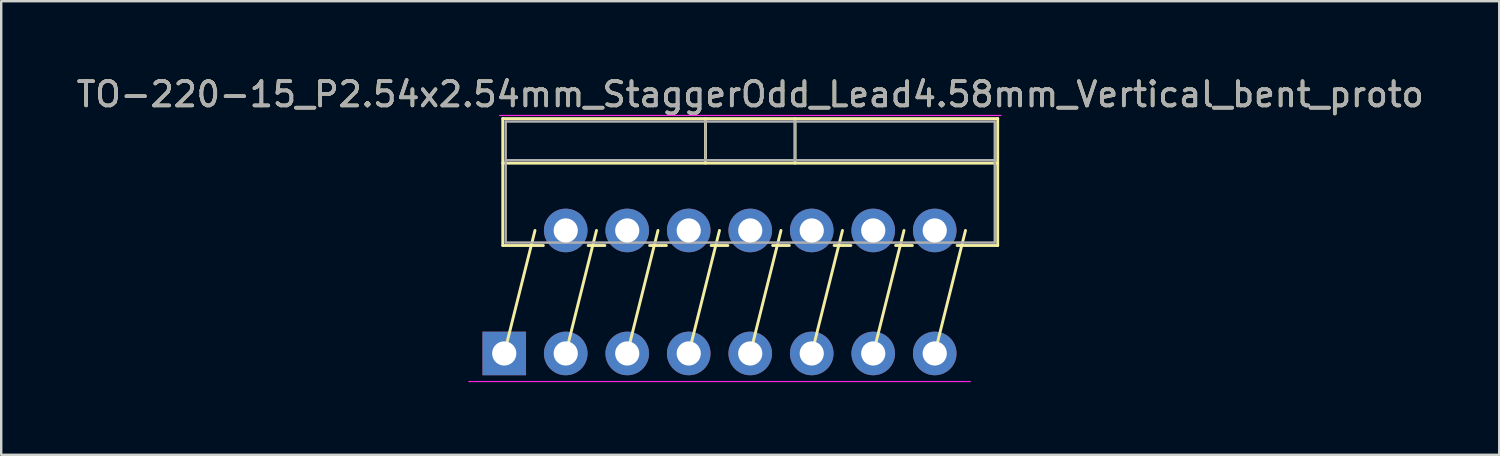
<source format=kicad_pcb>
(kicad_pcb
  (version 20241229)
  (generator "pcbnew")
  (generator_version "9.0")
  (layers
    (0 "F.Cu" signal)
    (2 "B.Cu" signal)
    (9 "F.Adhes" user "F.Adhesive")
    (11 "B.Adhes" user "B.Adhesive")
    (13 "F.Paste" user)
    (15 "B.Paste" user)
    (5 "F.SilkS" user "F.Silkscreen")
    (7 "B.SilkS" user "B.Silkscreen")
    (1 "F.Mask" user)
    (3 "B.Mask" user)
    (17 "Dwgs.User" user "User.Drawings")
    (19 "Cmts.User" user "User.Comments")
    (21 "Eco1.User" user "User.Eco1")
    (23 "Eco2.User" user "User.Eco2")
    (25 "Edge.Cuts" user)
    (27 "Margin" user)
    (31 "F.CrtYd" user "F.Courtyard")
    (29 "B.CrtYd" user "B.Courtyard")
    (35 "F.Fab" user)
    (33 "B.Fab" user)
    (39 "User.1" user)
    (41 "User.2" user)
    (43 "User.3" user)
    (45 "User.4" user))
  (footprint "TO-220-15_P2.54x2.54mm_StaggerOdd_Lead4.58mm_Vertical_bent_proto"
    (layer "F.Cu")
    (at 17.775 11.548)
    (property "Reference" "TO-220-15_P2.54x2.54mm_StaggerOdd_Lead4.58mm_Vertical_bent_proto" (at 10.16 -10.7 0) (layer "F.SilkS") (effects (font (size 1 1) (thickness 0.15))))
    (attr through_hole)
    (fp_line (start -0.06 -9.7) (end -0.06 -4.459) (stroke (width 0.12) (type solid)) (layer "F.SilkS"))
    (fp_line (start -0.06 -9.7) (end 20.38 -9.7) (stroke (width 0.12) (type solid)) (layer "F.SilkS"))
    (fp_line (start -0.06 -7.86) (end 20.38 -7.86) (stroke (width 0.12) (type solid)) (layer "F.SilkS"))
    (fp_line (start -0.06 -4.459) (end 1.616 -4.459) (stroke (width 0.12) (type solid)) (layer "F.SilkS"))
    (fp_line (start 0 0) (end 1.27 -5.08) (stroke (width 0.12) (type solid)) (layer "F.SilkS"))
    (fp_line (start 2.54 0) (end 3.81 -5.08) (stroke (width 0.12) (type solid)) (layer "F.SilkS"))
    (fp_line (start 3.465 -4.459) (end 4.156 -4.459) (stroke (width 0.12) (type solid)) (layer "F.SilkS"))
    (fp_line (start 5.08 0) (end 6.35 -5.08) (stroke (width 0.12) (type solid)) (layer "F.SilkS"))
    (fp_line (start 6.005 -4.459) (end 6.696 -4.459) (stroke (width 0.12) (type solid)) (layer "F.SilkS"))
    (fp_line (start 7.62 0) (end 8.89 -5.08) (stroke (width 0.12) (type solid)) (layer "F.SilkS"))
    (fp_line (start 8.311 -9.7) (end 8.311 -7.86) (stroke (width 0.12) (type solid)) (layer "F.SilkS"))
    (fp_line (start 8.545 -4.459) (end 9.236 -4.459) (stroke (width 0.12) (type solid)) (layer "F.SilkS"))
    (fp_line (start 10.16 0) (end 11.43 -5.08) (stroke (width 0.12) (type solid)) (layer "F.SilkS"))
    (fp_line (start 11.085 -4.459) (end 11.776 -4.459) (stroke (width 0.12) (type solid)) (layer "F.SilkS"))
    (fp_line (start 12.01 -9.7) (end 12.01 -7.86) (stroke (width 0.12) (type solid)) (layer "F.SilkS"))
    (fp_line (start 12.7 0) (end 13.97 -5.08) (stroke (width 0.12) (type solid)) (layer "F.SilkS"))
    (fp_line (start 13.625 -4.459) (end 14.316 -4.459) (stroke (width 0.12) (type solid)) (layer "F.SilkS"))
    (fp_line (start 15.24 0) (end 16.51 -5.08) (stroke (width 0.12) (type solid)) (layer "F.SilkS"))
    (fp_line (start 16.165 -4.459) (end 16.856 -4.459) (stroke (width 0.12) (type solid)) (layer "F.SilkS"))
    (fp_line (start 17.78 0) (end 19.05 -5.08) (stroke (width 0.12) (type solid)) (layer "F.SilkS"))
    (fp_line (start 18.705 -4.459) (end 20.38 -4.459) (stroke (width 0.12) (type solid)) (layer "F.SilkS"))
    (fp_line (start 20.38 -9.7) (end 20.38 -4.459) (stroke (width 0.12) (type solid)) (layer "F.SilkS"))
    (fp_line (start -1.46 1.16) (end 19.25 1.16) (stroke (width 0.05) (type solid)) (layer "F.CrtYd"))
    (fp_line (start 20.52 -9.83) (end -0.19 -9.83) (stroke (width 0.05) (type solid)) (layer "F.CrtYd"))
    (fp_line (start 0.06 -9.58) (end 0.06 -4.58) (stroke (width 0.1) (type solid)) (layer "F.Fab"))
    (fp_line (start 0.06 -7.98) (end 20.26 -7.98) (stroke (width 0.1) (type solid)) (layer "F.Fab"))
    (fp_line (start 0.06 -4.58) (end 20.26 -4.58) (stroke (width 0.1) (type solid)) (layer "F.Fab"))
    (fp_line (start 8.31 -9.58) (end 8.31 -7.98) (stroke (width 0.1) (type solid)) (layer "F.Fab"))
    (fp_line (start 12.01 -9.58) (end 12.01 -7.98) (stroke (width 0.1) (type solid)) (layer "F.Fab"))
    (fp_line (start 20.26 -9.58) (end 0.06 -9.58) (stroke (width 0.1) (type solid)) (layer "F.Fab"))
    (fp_line (start 20.26 -4.58) (end 20.26 -9.58) (stroke (width 0.1) (type solid)) (layer "F.Fab"))
    (fp_text user "${REFERENCE}" (at 10.16 -10.7 0) (layer "F.Fab") (effects (font (size 1 1) (thickness 0.15))))
    (pad "1" thru_hole rect (at 0 0) (size 1.8 1.8) (drill 1) (layers "*.Cu" "*.Mask"))
    (pad "2" thru_hole oval (at 2.54 -5.08) (size 1.8 1.8) (drill 1) (layers "*.Cu" "*.Mask"))
    (pad "3" thru_hole oval (at 2.54 0) (size 1.8 1.8) (drill 1) (layers "*.Cu" "*.Mask"))
    (pad "4" thru_hole oval (at 5.08 -5.08) (size 1.8 1.8) (drill 1) (layers "*.Cu" "*.Mask"))
    (pad "5" thru_hole oval (at 5.08 0) (size 1.8 1.8) (drill 1) (layers "*.Cu" "*.Mask"))
    (pad "6" thru_hole oval (at 7.62 -5.08) (size 1.8 1.8) (drill 1) (layers "*.Cu" "*.Mask"))
    (pad "7" thru_hole oval (at 7.62 0) (size 1.8 1.8) (drill 1) (layers "*.Cu" "*.Mask"))
    (pad "8" thru_hole oval (at 10.16 -5.08) (size 1.8 1.8) (drill 1) (layers "*.Cu" "*.Mask"))
    (pad "9" thru_hole oval (at 10.16 0) (size 1.8 1.8) (drill 1) (layers "*.Cu" "*.Mask"))
    (pad "10" thru_hole oval (at 12.7 -5.08) (size 1.8 1.8) (drill 1) (layers "*.Cu" "*.Mask"))
    (pad "11" thru_hole oval (at 12.7 0) (size 1.8 1.8) (drill 1) (layers "*.Cu" "*.Mask"))
    (pad "12" thru_hole oval (at 15.24 -5.08) (size 1.8 1.8) (drill 1) (layers "*.Cu" "*.Mask"))
    (pad "13" thru_hole oval (at 15.24 0) (size 1.8 1.8) (drill 1) (layers "*.Cu" "*.Mask"))
    (pad "14" thru_hole oval (at 17.78 -5.08) (size 1.8 1.8) (drill 1) (layers "*.Cu" "*.Mask"))
    (pad "15" thru_hole oval (at 17.78 0) (size 1.8 1.8) (drill 1) (layers "*.Cu" "*.Mask")))
  (gr_rect
    (start -3 -3)
    (end 58.869 15.733)
    (stroke (width 0.1) (type default))
    (fill no)
    (layer "Edge.Cuts")))
</source>
